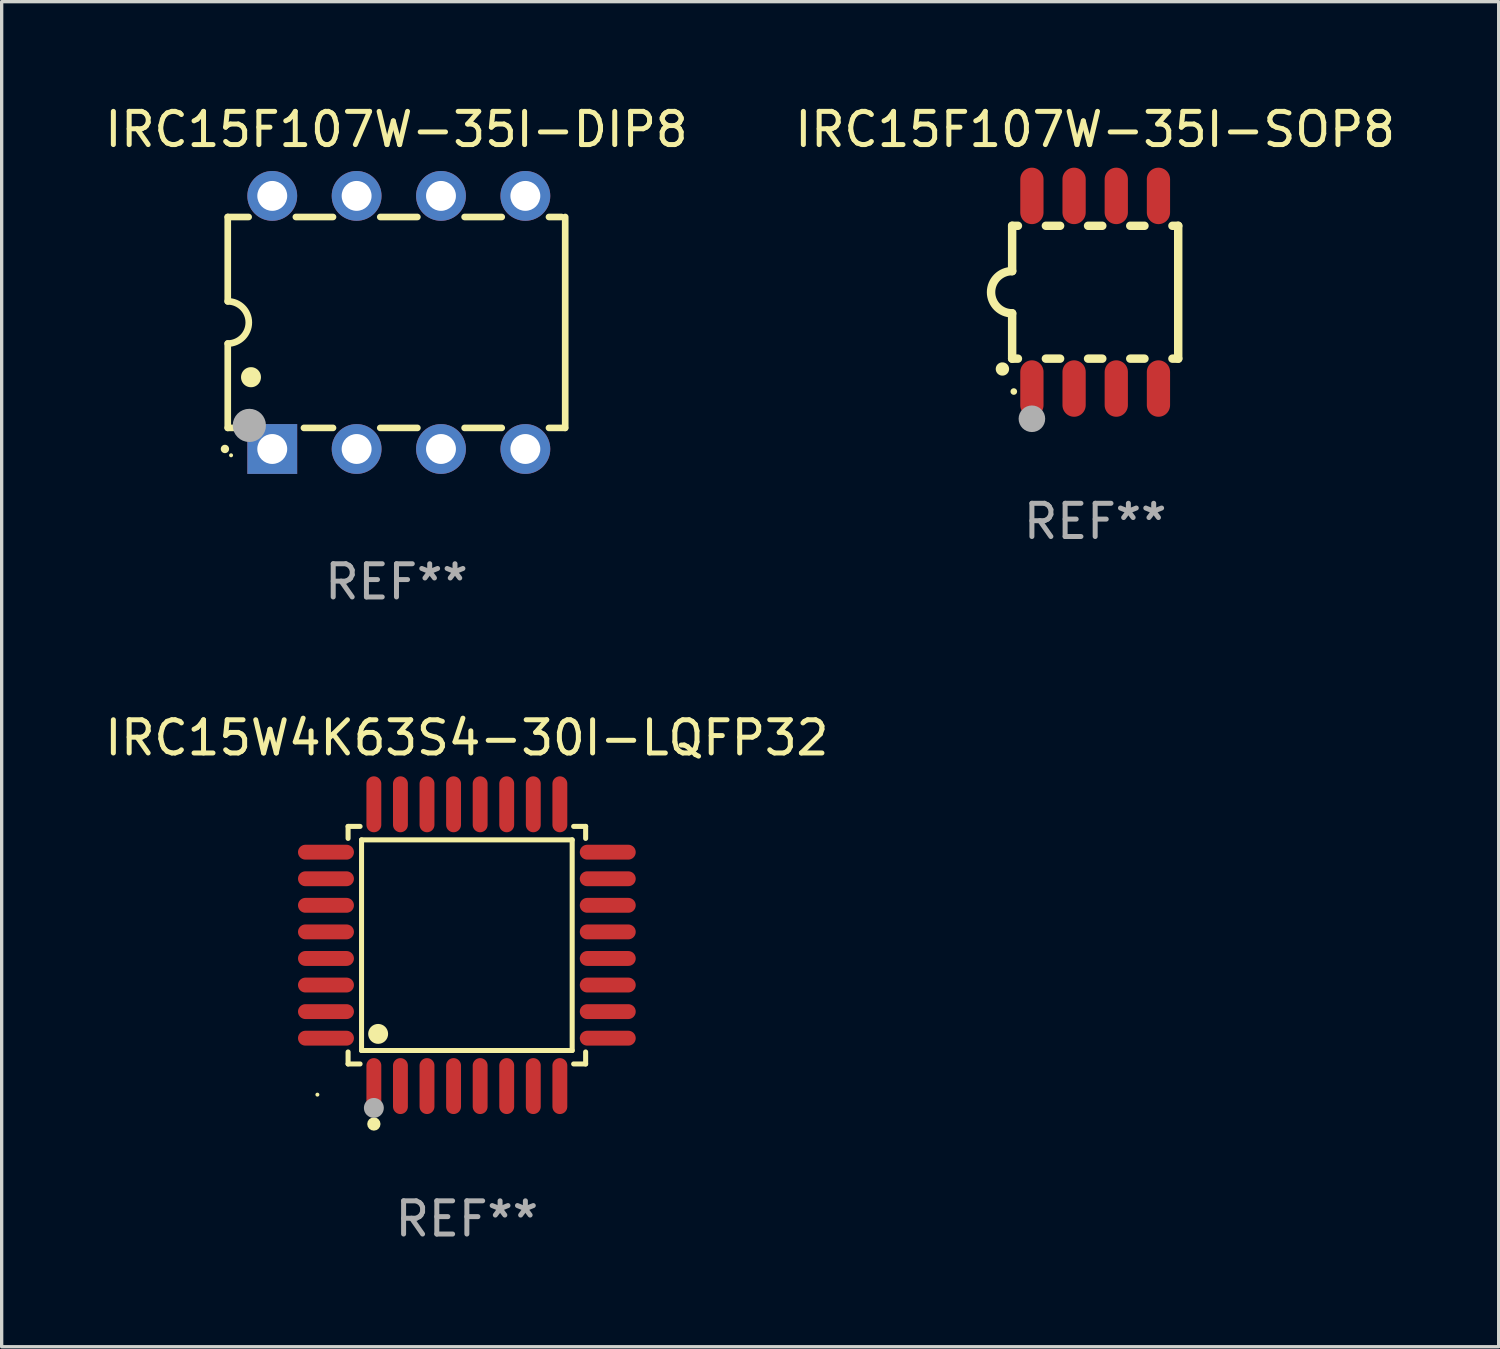
<source format=kicad_pcb>
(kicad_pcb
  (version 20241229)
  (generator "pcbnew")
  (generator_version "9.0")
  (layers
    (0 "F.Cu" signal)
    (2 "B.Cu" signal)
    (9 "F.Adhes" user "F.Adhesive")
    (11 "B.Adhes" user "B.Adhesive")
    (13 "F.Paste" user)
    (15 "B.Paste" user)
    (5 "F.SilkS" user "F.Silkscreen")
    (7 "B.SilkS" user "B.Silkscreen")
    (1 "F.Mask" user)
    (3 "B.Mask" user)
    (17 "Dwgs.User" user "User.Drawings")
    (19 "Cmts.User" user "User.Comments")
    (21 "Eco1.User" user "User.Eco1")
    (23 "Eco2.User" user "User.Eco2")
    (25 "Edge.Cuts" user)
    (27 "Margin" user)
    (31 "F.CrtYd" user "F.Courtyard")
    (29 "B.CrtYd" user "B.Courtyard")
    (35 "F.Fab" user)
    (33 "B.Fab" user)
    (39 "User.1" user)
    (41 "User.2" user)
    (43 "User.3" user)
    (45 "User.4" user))
  (footprint "IRC15F107W-35I-SOP8"
    (layer "F.Cu")
    (at 29.923 5.748)
    (property "Reference" "IRC15F107W-35I-SOP8" (at 0 -4.9 0) (layer "F.SilkS") (effects (font (size 1 1) (thickness 0.15))))
    (attr through_hole)
    (fp_line (start -2.5 -2) (end -2.5 -0.635) (stroke (width 0.254) (type solid)) (layer "F.SilkS"))
    (fp_line (start -2.5 -2) (end -2.326 -2) (stroke (width 0.254) (type solid)) (layer "F.SilkS"))
    (fp_line (start -2.5 2) (end -2.5 0.635) (stroke (width 0.254) (type solid)) (layer "F.SilkS"))
    (fp_line (start -2.5 2) (end -2.326 2) (stroke (width 0.254) (type solid)) (layer "F.SilkS"))
    (fp_line (start -1.484 -2) (end -1.056 -2) (stroke (width 0.254) (type solid)) (layer "F.SilkS"))
    (fp_line (start -1.484 2) (end -1.056 2) (stroke (width 0.254) (type solid)) (layer "F.SilkS"))
    (fp_line (start -0.214 -2) (end 0.214 -2) (stroke (width 0.254) (type solid)) (layer "F.SilkS"))
    (fp_line (start -0.214 2) (end 0.214 2) (stroke (width 0.254) (type solid)) (layer "F.SilkS"))
    (fp_line (start 1.056 -2) (end 1.484 -2) (stroke (width 0.254) (type solid)) (layer "F.SilkS"))
    (fp_line (start 1.056 2) (end 1.484 2) (stroke (width 0.254) (type solid)) (layer "F.SilkS"))
    (fp_line (start 2.326 -2) (end 2.5 -2) (stroke (width 0.254) (type solid)) (layer "F.SilkS"))
    (fp_line (start 2.326 2) (end 2.5 2) (stroke (width 0.254) (type solid)) (layer "F.SilkS"))
    (fp_line (start 2.5 -2) (end 2.5 2) (stroke (width 0.254) (type solid)) (layer "F.SilkS"))
    (fp_arc (start -2.794006 2.311405) (mid -2.792736 2.311401) (end -2.791466 2.311405) (stroke (width 0.4) (type solid)) (layer "F.SilkS"))
    (fp_arc (start -2.5 0.635001) (mid -3.134366 -0.000318) (end -2.499365 -0.635001) (stroke (width 0.254001) (type solid)) (layer "F.SilkS"))
    (fp_circle (center -2.45 2.99) (end -2.4 2.99) (stroke (width 0.1) (type solid)) (fill no) (layer "F.SilkS"))
    (fp_circle (center -1.905 3.81) (end -1.705 3.81) (stroke (width 0.4) (type solid)) (fill no) (layer "F.Fab"))
    (fp_text user "REF**" (at 0 6.9 0) (layer "F.Fab") (effects (font (size 1 1) (thickness 0.15))))
    (pad "1" smd oval (at -1.905 2.9 180) (size 0.7 1.7) (layers "F.Cu" "F.Mask" "F.Paste"))
    (pad "2" smd oval (at -0.635 2.9 180) (size 0.7 1.7) (layers "F.Cu" "F.Mask" "F.Paste"))
    (pad "3" smd oval (at 0.635 2.9 180) (size 0.7 1.7) (layers "F.Cu" "F.Mask" "F.Paste"))
    (pad "4" smd oval (at 1.905 2.9 180) (size 0.7 1.7) (layers "F.Cu" "F.Mask" "F.Paste"))
    (pad "5" smd oval (at 1.905 -2.9 180) (size 0.7 1.7) (layers "F.Cu" "F.Mask" "F.Paste"))
    (pad "6" smd oval (at 0.635 -2.9 180) (size 0.7 1.7) (layers "F.Cu" "F.Mask" "F.Paste"))
    (pad "7" smd oval (at -0.635 -2.9 180) (size 0.7 1.7) (layers "F.Cu" "F.Mask" "F.Paste"))
    (pad "8" smd oval (at -1.905 -2.9 180) (size 0.7 1.7) (layers "F.Cu" "F.Mask" "F.Paste")))
  (footprint "IRC15F107W-35I-DIP8"
    (layer "F.Cu")
    (at 8.887 6.658)
    (property "Reference" "IRC15F107W-35I-DIP8" (at 0 -5.81 0) (layer "F.SilkS") (effects (font (size 1 1) (thickness 0.15))))
    (attr through_hole)
    (fp_line (start -5.08 -3.175) (end -4.451 -3.175) (stroke (width 0.2) (type solid)) (layer "F.SilkS"))
    (fp_line (start -5.08 -0.635) (end -5.08 -3.175) (stroke (width 0.2) (type solid)) (layer "F.SilkS"))
    (fp_line (start -5.08 3.175) (end -5.08 0.635) (stroke (width 0.2) (type solid)) (layer "F.SilkS"))
    (fp_line (start -4.694 3.175) (end -5.08 3.175) (stroke (width 0.2) (type solid)) (layer "F.SilkS"))
    (fp_line (start -3.029 -3.175) (end -1.911 -3.175) (stroke (width 0.2) (type solid)) (layer "F.SilkS"))
    (fp_line (start -1.911 3.175) (end -2.786 3.175) (stroke (width 0.2) (type solid)) (layer "F.SilkS"))
    (fp_line (start -0.489 -3.175) (end 0.629 -3.175) (stroke (width 0.2) (type solid)) (layer "F.SilkS"))
    (fp_line (start 0.629 3.175) (end -0.489 3.175) (stroke (width 0.2) (type solid)) (layer "F.SilkS"))
    (fp_line (start 2.051 -3.175) (end 3.169 -3.175) (stroke (width 0.2) (type solid)) (layer "F.SilkS"))
    (fp_line (start 3.169 3.175) (end 2.051 3.175) (stroke (width 0.2) (type solid)) (layer "F.SilkS"))
    (fp_line (start 4.591 -3.175) (end 4.97 -3.175) (stroke (width 0.2) (type solid)) (layer "F.SilkS"))
    (fp_line (start 5.074 3.175) (end 4.591 3.175) (stroke (width 0.2) (type solid)) (layer "F.SilkS"))
    (fp_line (start 5.08 -3.175) (end 5.08 3.175) (stroke (width 0.2) (type solid)) (layer "F.SilkS"))
    (fp_arc (start -5.164948 3.810008) (mid -5.164955 3.808738) (end -5.164948 3.807468) (stroke (width 0.25) (type solid)) (layer "F.SilkS"))
    (fp_arc (start -5.081128 -0.635001) (mid -4.446127 0) (end -5.081128 0.635001) (stroke (width 0.2) (type solid)) (layer "F.SilkS"))
    (fp_arc (start -4.380086 1.651003) (mid -4.380097 1.648463) (end -4.380086 1.645923) (stroke (width 0.6) (type solid)) (layer "F.SilkS"))
    (fp_circle (center -4.98 4) (end -4.95 4) (stroke (width 0.06) (type solid)) (fill no) (layer "F.SilkS"))
    (fp_circle (center -4.43 3.1) (end -4.18 3.1) (stroke (width 0.5) (type solid)) (fill no) (layer "F.Fab"))
    (fp_text user "REF**" (at 0 7.81 0) (layer "F.Fab") (effects (font (size 1 1) (thickness 0.15))))
    (pad "1" thru_hole rect (at -3.74 3.81) (size 1.5 1.5) (drill 0.9) (layers "*.Cu" "*.Mask"))
    (pad "2" thru_hole circle (at -1.2 3.81) (size 1.5 1.5) (drill 0.9) (layers "*.Cu" "*.Mask"))
    (pad "3" thru_hole circle (at 1.34 3.81) (size 1.5 1.5) (drill 0.9) (layers "*.Cu" "*.Mask"))
    (pad "4" thru_hole circle (at 3.88 3.81) (size 1.5 1.5) (drill 0.9) (layers "*.Cu" "*.Mask"))
    (pad "5" thru_hole circle (at 3.88 -3.81) (size 1.5 1.5) (drill 0.9) (layers "*.Cu" "*.Mask"))
    (pad "6" thru_hole circle (at 1.34 -3.81) (size 1.5 1.5) (drill 0.9) (layers "*.Cu" "*.Mask"))
    (pad "7" thru_hole circle (at -1.2 -3.81) (size 1.5 1.5) (drill 0.9) (layers "*.Cu" "*.Mask"))
    (pad "8" thru_hole circle (at -3.74 -3.81) (size 1.5 1.5) (drill 0.9) (layers "*.Cu" "*.Mask")))
  (footprint "IRC15W4K63S4-30I-LQFP32"
    (layer "F.Cu")
    (at 11.006 25.407)
    (property "Reference" "IRC15W4K63S4-30I-LQFP32" (at 0 -6.242 0) (layer "F.SilkS") (effects (font (size 1 1) (thickness 0.15))))
    (attr through_hole)
    (fp_line (start -3.576 -3.576) (end -3.215 -3.576) (stroke (width 0.152) (type solid)) (layer "F.SilkS"))
    (fp_line (start -3.576 -3.215) (end -3.576 -3.576) (stroke (width 0.152) (type solid)) (layer "F.SilkS"))
    (fp_line (start -3.576 3.215) (end -3.576 3.576) (stroke (width 0.152) (type solid)) (layer "F.SilkS"))
    (fp_line (start -3.576 3.576) (end -3.215 3.576) (stroke (width 0.152) (type solid)) (layer "F.SilkS"))
    (fp_line (start -3.171 -3.171) (end 3.171 -3.171) (stroke (width 0.152) (type solid)) (layer "F.SilkS"))
    (fp_line (start -3.171 3.171) (end -3.171 -3.171) (stroke (width 0.152) (type solid)) (layer "F.SilkS"))
    (fp_line (start 3.171 -3.171) (end 3.171 3.171) (stroke (width 0.152) (type solid)) (layer "F.SilkS"))
    (fp_line (start 3.171 3.171) (end -3.171 3.171) (stroke (width 0.152) (type solid)) (layer "F.SilkS"))
    (fp_line (start 3.576 -3.576) (end 3.215 -3.576) (stroke (width 0.152) (type solid)) (layer "F.SilkS"))
    (fp_line (start 3.576 -3.215) (end 3.576 -3.576) (stroke (width 0.152) (type solid)) (layer "F.SilkS"))
    (fp_line (start 3.576 3.215) (end 3.576 3.576) (stroke (width 0.152) (type solid)) (layer "F.SilkS"))
    (fp_line (start 3.576 3.576) (end 3.215 3.576) (stroke (width 0.152) (type solid)) (layer "F.SilkS"))
    (fp_circle (center -4.5 4.5) (end -4.47 4.5) (stroke (width 0.06) (type solid)) (fill no) (layer "F.SilkS"))
    (fp_circle (center -2.8 5.384) (end -2.7 5.384) (stroke (width 0.2) (type solid)) (fill no) (layer "F.SilkS"))
    (fp_circle (center -2.671 2.671) (end -2.521 2.671) (stroke (width 0.3) (type solid)) (fill no) (layer "F.SilkS"))
    (fp_circle (center -2.8 4.9) (end -2.65 4.9) (stroke (width 0.3) (type solid)) (fill no) (layer "F.Fab"))
    (fp_text user "REF**" (at 0 8.242 0) (layer "F.Fab") (effects (font (size 1 1) (thickness 0.15))))
    (pad "1" smd oval (at -2.8 4.242) (size 0.448 1.684) (layers "F.Cu" "F.Mask" "F.Paste"))
    (pad "2" smd oval (at -2 4.242) (size 0.448 1.684) (layers "F.Cu" "F.Mask" "F.Paste"))
    (pad "3" smd oval (at -1.2 4.242) (size 0.448 1.684) (layers "F.Cu" "F.Mask" "F.Paste"))
    (pad "4" smd oval (at -0.4 4.242) (size 0.448 1.684) (layers "F.Cu" "F.Mask" "F.Paste"))
    (pad "5" smd oval (at 0.4 4.242) (size 0.448 1.684) (layers "F.Cu" "F.Mask" "F.Paste"))
    (pad "6" smd oval (at 1.2 4.242) (size 0.448 1.684) (layers "F.Cu" "F.Mask" "F.Paste"))
    (pad "7" smd oval (at 2 4.242) (size 0.448 1.684) (layers "F.Cu" "F.Mask" "F.Paste"))
    (pad "8" smd oval (at 2.8 4.242) (size 0.448 1.684) (layers "F.Cu" "F.Mask" "F.Paste"))
    (pad "9" smd oval (at 4.242 2.8) (size 1.684 0.448) (layers "F.Cu" "F.Mask" "F.Paste"))
    (pad "10" smd oval (at 4.242 2) (size 1.684 0.448) (layers "F.Cu" "F.Mask" "F.Paste"))
    (pad "11" smd oval (at 4.242 1.2) (size 1.684 0.448) (layers "F.Cu" "F.Mask" "F.Paste"))
    (pad "12" smd oval (at 4.242 0.4) (size 1.684 0.448) (layers "F.Cu" "F.Mask" "F.Paste"))
    (pad "13" smd oval (at 4.242 -0.4) (size 1.684 0.448) (layers "F.Cu" "F.Mask" "F.Paste"))
    (pad "14" smd oval (at 4.242 -1.2) (size 1.684 0.448) (layers "F.Cu" "F.Mask" "F.Paste"))
    (pad "15" smd oval (at 4.242 -2) (size 1.684 0.448) (layers "F.Cu" "F.Mask" "F.Paste"))
    (pad "16" smd oval (at 4.242 -2.8) (size 1.684 0.448) (layers "F.Cu" "F.Mask" "F.Paste"))
    (pad "17" smd oval (at 2.8 -4.242) (size 0.448 1.684) (layers "F.Cu" "F.Mask" "F.Paste"))
    (pad "18" smd oval (at 2 -4.242) (size 0.448 1.684) (layers "F.Cu" "F.Mask" "F.Paste"))
    (pad "19" smd oval (at 1.2 -4.242) (size 0.448 1.684) (layers "F.Cu" "F.Mask" "F.Paste"))
    (pad "20" smd oval (at 0.4 -4.242) (size 0.448 1.684) (layers "F.Cu" "F.Mask" "F.Paste"))
    (pad "21" smd oval (at -0.4 -4.242) (size 0.448 1.684) (layers "F.Cu" "F.Mask" "F.Paste"))
    (pad "22" smd oval (at -1.2 -4.242) (size 0.448 1.684) (layers "F.Cu" "F.Mask" "F.Paste"))
    (pad "23" smd oval (at -2 -4.242) (size 0.448 1.684) (layers "F.Cu" "F.Mask" "F.Paste"))
    (pad "24" smd oval (at -2.8 -4.242) (size 0.448 1.684) (layers "F.Cu" "F.Mask" "F.Paste"))
    (pad "25" smd oval (at -4.242 -2.8) (size 1.684 0.448) (layers "F.Cu" "F.Mask" "F.Paste"))
    (pad "26" smd oval (at -4.242 -2) (size 1.684 0.448) (layers "F.Cu" "F.Mask" "F.Paste"))
    (pad "27" smd oval (at -4.242 -1.2) (size 1.684 0.448) (layers "F.Cu" "F.Mask" "F.Paste"))
    (pad "28" smd oval (at -4.242 -0.4) (size 1.684 0.448) (layers "F.Cu" "F.Mask" "F.Paste"))
    (pad "29" smd oval (at -4.242 0.4) (size 1.684 0.448) (layers "F.Cu" "F.Mask" "F.Paste"))
    (pad "30" smd oval (at -4.242 1.2) (size 1.684 0.448) (layers "F.Cu" "F.Mask" "F.Paste"))
    (pad "31" smd oval (at -4.242 2) (size 1.684 0.448) (layers "F.Cu" "F.Mask" "F.Paste"))
    (pad "32" smd oval (at -4.242 2.8) (size 1.684 0.448) (layers "F.Cu" "F.Mask" "F.Paste")))
  (gr_rect
    (start -3 -3)
    (end 42.071 37.497)
    (stroke (width 0.1) (type default))
    (fill no)
    (layer "Edge.Cuts")))
</source>
